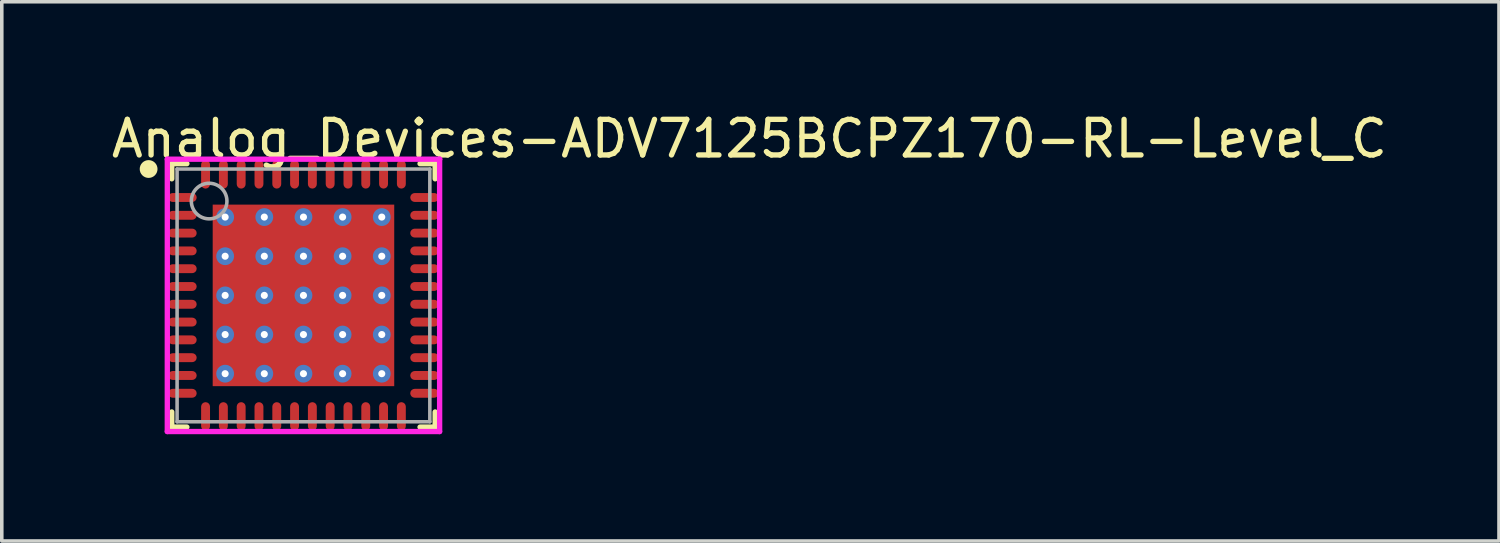
<source format=kicad_pcb>
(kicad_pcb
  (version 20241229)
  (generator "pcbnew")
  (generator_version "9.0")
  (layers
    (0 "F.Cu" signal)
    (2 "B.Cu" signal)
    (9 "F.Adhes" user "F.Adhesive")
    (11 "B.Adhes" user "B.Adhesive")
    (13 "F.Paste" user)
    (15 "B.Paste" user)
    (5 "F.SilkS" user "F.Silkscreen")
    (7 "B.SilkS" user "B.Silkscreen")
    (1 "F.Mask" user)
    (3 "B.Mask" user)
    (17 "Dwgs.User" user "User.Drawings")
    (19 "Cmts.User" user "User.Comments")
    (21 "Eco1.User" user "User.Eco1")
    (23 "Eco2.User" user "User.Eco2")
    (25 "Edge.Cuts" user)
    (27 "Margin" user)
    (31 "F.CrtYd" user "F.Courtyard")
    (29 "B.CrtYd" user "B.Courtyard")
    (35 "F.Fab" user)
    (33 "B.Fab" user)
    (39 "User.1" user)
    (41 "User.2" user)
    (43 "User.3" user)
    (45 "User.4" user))
  (footprint "Analog_Devices-ADV7125BCPZ170-RL-Level_C"
    (layer "F.Cu")
    (at 5.475 5.248)
    (property "Reference" "Analog_Devices-ADV7125BCPZ170-RL-Level_C" (at -5.475 -4.4 0) (layer "F.SilkS") (effects (font (size 1 1) (thickness 0.15)) (justify left)))
    (attr through_hole)
    (fp_line (start -3.7 -3.7) (end -3.275 -3.7) (stroke (width 0.15) (type solid)) (layer "F.SilkS"))
    (fp_line (start -3.7 -3.275) (end -3.7 -3.7) (stroke (width 0.15) (type solid)) (layer "F.SilkS"))
    (fp_line (start -3.7 3.7) (end -3.7 3.275) (stroke (width 0.15) (type solid)) (layer "F.SilkS"))
    (fp_line (start -3.7 3.7) (end -3.275 3.7) (stroke (width 0.15) (type solid)) (layer "F.SilkS"))
    (fp_line (start 3.275 -3.7) (end 3.7 -3.7) (stroke (width 0.15) (type solid)) (layer "F.SilkS"))
    (fp_line (start 3.275 3.7) (end 3.7 3.7) (stroke (width 0.15) (type solid)) (layer "F.SilkS"))
    (fp_line (start 3.7 -3.275) (end 3.7 -3.7) (stroke (width 0.15) (type solid)) (layer "F.SilkS"))
    (fp_line (start 3.7 3.7) (end 3.7 3.275) (stroke (width 0.15) (type solid)) (layer "F.SilkS"))
    (fp_circle (center -4.35 -3.55) (end -4.225 -3.55) (stroke (width 0.25) (type solid)) (fill no) (layer "F.SilkS"))
    (fp_line (start -3.825 -3.825) (end -3.825 3.825) (stroke (width 0.15) (type solid)) (layer "F.CrtYd"))
    (fp_line (start -3.825 3.825) (end 3.825 3.825) (stroke (width 0.15) (type solid)) (layer "F.CrtYd"))
    (fp_line (start 3.825 -3.825) (end -3.825 -3.825) (stroke (width 0.15) (type solid)) (layer "F.CrtYd"))
    (fp_line (start 3.825 -3.825) (end 3.825 -3.825) (stroke (width 0.15) (type solid)) (layer "F.CrtYd"))
    (fp_line (start 3.825 3.825) (end 3.825 -3.825) (stroke (width 0.15) (type solid)) (layer "F.CrtYd"))
    (fp_line (start -3.55 -3.55) (end 3.55 -3.55) (stroke (width 0.1) (type solid)) (layer "F.Fab"))
    (fp_line (start -3.55 3.55) (end -3.55 -3.55) (stroke (width 0.1) (type solid)) (layer "F.Fab"))
    (fp_line (start -3.55 3.55) (end 3.55 3.55) (stroke (width 0.1) (type solid)) (layer "F.Fab"))
    (fp_line (start 3.55 3.55) (end 3.55 -3.55) (stroke (width 0.1) (type solid)) (layer "F.Fab"))
    (fp_circle (center -2.65 -2.65) (end -2.15 -2.65) (stroke (width 0.1) (type solid)) (fill no) (layer "F.Fab"))
    (pad "1" smd roundrect (at -3.4 -2.75 270) (size 0.25 0.8) (layers "F.Cu" "F.Mask" "F.Paste") (roundrect_rratio 0.5))
    (pad "2" smd roundrect (at -3.4 -2.25 270) (size 0.25 0.8) (layers "F.Cu" "F.Mask" "F.Paste") (roundrect_rratio 0.5))
    (pad "3" smd roundrect (at -3.4 -1.75 270) (size 0.25 0.8) (layers "F.Cu" "F.Mask" "F.Paste") (roundrect_rratio 0.5))
    (pad "4" smd roundrect (at -3.4 -1.25 270) (size 0.25 0.8) (layers "F.Cu" "F.Mask" "F.Paste") (roundrect_rratio 0.5))
    (pad "5" smd roundrect (at -3.4 -0.75 270) (size 0.25 0.8) (layers "F.Cu" "F.Mask" "F.Paste") (roundrect_rratio 0.5))
    (pad "6" smd roundrect (at -3.4 -0.25 270) (size 0.25 0.8) (layers "F.Cu" "F.Mask" "F.Paste") (roundrect_rratio 0.5))
    (pad "7" smd roundrect (at -3.4 0.25 270) (size 0.25 0.8) (layers "F.Cu" "F.Mask" "F.Paste") (roundrect_rratio 0.5))
    (pad "8" smd roundrect (at -3.4 0.75 270) (size 0.25 0.8) (layers "F.Cu" "F.Mask" "F.Paste") (roundrect_rratio 0.5))
    (pad "9" smd roundrect (at -3.4 1.25 270) (size 0.25 0.8) (layers "F.Cu" "F.Mask" "F.Paste") (roundrect_rratio 0.5))
    (pad "10" smd roundrect (at -3.4 1.75 270) (size 0.25 0.8) (layers "F.Cu" "F.Mask" "F.Paste") (roundrect_rratio 0.5))
    (pad "11" smd roundrect (at -3.4 2.25 270) (size 0.25 0.8) (layers "F.Cu" "F.Mask" "F.Paste") (roundrect_rratio 0.5))
    (pad "12" smd roundrect (at -3.4 2.75 270) (size 0.25 0.8) (layers "F.Cu" "F.Mask" "F.Paste") (roundrect_rratio 0.5))
    (pad "13" smd roundrect (at -2.75 3.4) (size 0.25 0.8) (layers "F.Cu" "F.Mask" "F.Paste") (roundrect_rratio 0.5))
    (pad "14" smd roundrect (at -2.25 3.4) (size 0.25 0.8) (layers "F.Cu" "F.Mask" "F.Paste") (roundrect_rratio 0.5))
    (pad "15" smd roundrect (at -1.75 3.4) (size 0.25 0.8) (layers "F.Cu" "F.Mask" "F.Paste") (roundrect_rratio 0.5))
    (pad "16" smd roundrect (at -1.25 3.4) (size 0.25 0.8) (layers "F.Cu" "F.Mask" "F.Paste") (roundrect_rratio 0.5))
    (pad "17" smd roundrect (at -0.75 3.4) (size 0.25 0.8) (layers "F.Cu" "F.Mask" "F.Paste") (roundrect_rratio 0.5))
    (pad "18" smd roundrect (at -0.25 3.4) (size 0.25 0.8) (layers "F.Cu" "F.Mask" "F.Paste") (roundrect_rratio 0.5))
    (pad "19" smd roundrect (at 0.25 3.4) (size 0.25 0.8) (layers "F.Cu" "F.Mask" "F.Paste") (roundrect_rratio 0.5))
    (pad "20" smd roundrect (at 0.75 3.4) (size 0.25 0.8) (layers "F.Cu" "F.Mask" "F.Paste") (roundrect_rratio 0.5))
    (pad "21" smd roundrect (at 1.25 3.4) (size 0.25 0.8) (layers "F.Cu" "F.Mask" "F.Paste") (roundrect_rratio 0.5))
    (pad "22" smd roundrect (at 1.75 3.4) (size 0.25 0.8) (layers "F.Cu" "F.Mask" "F.Paste") (roundrect_rratio 0.5))
    (pad "23" smd roundrect (at 2.25 3.4) (size 0.25 0.8) (layers "F.Cu" "F.Mask" "F.Paste") (roundrect_rratio 0.5))
    (pad "24" smd roundrect (at 2.75 3.4) (size 0.25 0.8) (layers "F.Cu" "F.Mask" "F.Paste") (roundrect_rratio 0.5))
    (pad "25" smd roundrect (at 3.4 2.75 270) (size 0.25 0.8) (layers "F.Cu" "F.Mask" "F.Paste") (roundrect_rratio 0.5))
    (pad "26" smd roundrect (at 3.4 2.25 270) (size 0.25 0.8) (layers "F.Cu" "F.Mask" "F.Paste") (roundrect_rratio 0.5))
    (pad "27" smd roundrect (at 3.4 1.75 270) (size 0.25 0.8) (layers "F.Cu" "F.Mask" "F.Paste") (roundrect_rratio 0.5))
    (pad "28" smd roundrect (at 3.4 1.25 270) (size 0.25 0.8) (layers "F.Cu" "F.Mask" "F.Paste") (roundrect_rratio 0.5))
    (pad "29" smd roundrect (at 3.4 0.75 270) (size 0.25 0.8) (layers "F.Cu" "F.Mask" "F.Paste") (roundrect_rratio 0.5))
    (pad "30" smd roundrect (at 3.4 0.25 270) (size 0.25 0.8) (layers "F.Cu" "F.Mask" "F.Paste") (roundrect_rratio 0.5))
    (pad "31" smd roundrect (at 3.4 -0.25 270) (size 0.25 0.8) (layers "F.Cu" "F.Mask" "F.Paste") (roundrect_rratio 0.5))
    (pad "32" smd roundrect (at 3.4 -0.75 270) (size 0.25 0.8) (layers "F.Cu" "F.Mask" "F.Paste") (roundrect_rratio 0.5))
    (pad "33" smd roundrect (at 3.4 -1.25 270) (size 0.25 0.8) (layers "F.Cu" "F.Mask" "F.Paste") (roundrect_rratio 0.5))
    (pad "34" smd roundrect (at 3.4 -1.75 270) (size 0.25 0.8) (layers "F.Cu" "F.Mask" "F.Paste") (roundrect_rratio 0.5))
    (pad "35" smd roundrect (at 3.4 -2.25 270) (size 0.25 0.8) (layers "F.Cu" "F.Mask" "F.Paste") (roundrect_rratio 0.5))
    (pad "36" smd roundrect (at 3.4 -2.75 270) (size 0.25 0.8) (layers "F.Cu" "F.Mask" "F.Paste") (roundrect_rratio 0.5))
    (pad "37" smd roundrect (at 2.75 -3.4) (size 0.25 0.8) (layers "F.Cu" "F.Mask" "F.Paste") (roundrect_rratio 0.5))
    (pad "38" smd roundrect (at 2.25 -3.4) (size 0.25 0.8) (layers "F.Cu" "F.Mask" "F.Paste") (roundrect_rratio 0.5))
    (pad "39" smd roundrect (at 1.75 -3.4) (size 0.25 0.8) (layers "F.Cu" "F.Mask" "F.Paste") (roundrect_rratio 0.5))
    (pad "40" smd roundrect (at 1.25 -3.4) (size 0.25 0.8) (layers "F.Cu" "F.Mask" "F.Paste") (roundrect_rratio 0.5))
    (pad "41" smd roundrect (at 0.75 -3.4) (size 0.25 0.8) (layers "F.Cu" "F.Mask" "F.Paste") (roundrect_rratio 0.5))
    (pad "42" smd roundrect (at 0.25 -3.4) (size 0.25 0.8) (layers "F.Cu" "F.Mask" "F.Paste") (roundrect_rratio 0.5))
    (pad "43" smd roundrect (at -0.25 -3.4) (size 0.25 0.8) (layers "F.Cu" "F.Mask" "F.Paste") (roundrect_rratio 0.5))
    (pad "44" smd roundrect (at -0.75 -3.4) (size 0.25 0.8) (layers "F.Cu" "F.Mask" "F.Paste") (roundrect_rratio 0.5))
    (pad "45" smd roundrect (at -1.25 -3.4) (size 0.25 0.8) (layers "F.Cu" "F.Mask" "F.Paste") (roundrect_rratio 0.5))
    (pad "46" smd roundrect (at -1.75 -3.4) (size 0.25 0.8) (layers "F.Cu" "F.Mask" "F.Paste") (roundrect_rratio 0.5))
    (pad "47" smd roundrect (at -2.25 -3.4) (size 0.25 0.8) (layers "F.Cu" "F.Mask" "F.Paste") (roundrect_rratio 0.5))
    (pad "48" smd roundrect (at -2.75 -3.4) (size 0.25 0.8) (layers "F.Cu" "F.Mask" "F.Paste") (roundrect_rratio 0.5))
    (pad "49" smd rect (at 0.000003 0) (size 5.1 5.1) (layers "F.Cu" "F.Mask" "F.Paste"))
    (pad "~" thru_hole circle (at -2.2 -2.2) (size 0.5 0.5) (drill 0.2) (layers "*.Cu"))
    (pad "~" thru_hole circle (at -2.2 -1.1) (size 0.5 0.5) (drill 0.2) (layers "*.Cu"))
    (pad "~" thru_hole circle (at -2.2 0) (size 0.5 0.5) (drill 0.2) (layers "*.Cu"))
    (pad "~" thru_hole circle (at -2.2 1.1) (size 0.5 0.5) (drill 0.2) (layers "*.Cu"))
    (pad "~" thru_hole circle (at -2.2 2.2) (size 0.5 0.5) (drill 0.2) (layers "*.Cu"))
    (pad "~" thru_hole circle (at -1.1 -2.2) (size 0.5 0.5) (drill 0.2) (layers "*.Cu"))
    (pad "~" thru_hole circle (at -1.1 -1.1) (size 0.5 0.5) (drill 0.2) (layers "*.Cu"))
    (pad "~" thru_hole circle (at -1.1 0) (size 0.5 0.5) (drill 0.2) (layers "*.Cu"))
    (pad "~" thru_hole circle (at -1.1 1.1) (size 0.5 0.5) (drill 0.2) (layers "*.Cu"))
    (pad "~" thru_hole circle (at -1.1 2.2) (size 0.5 0.5) (drill 0.2) (layers "*.Cu"))
    (pad "~" thru_hole circle (at 0.000003 -2.2) (size 0.5 0.5) (drill 0.2) (layers "*.Cu"))
    (pad "~" thru_hole circle (at 0.000003 -1.1) (size 0.5 0.5) (drill 0.2) (layers "*.Cu"))
    (pad "~" thru_hole circle (at 0.000003 0) (size 0.5 0.5) (drill 0.2) (layers "*.Cu"))
    (pad "~" thru_hole circle (at 0.000003 1.1) (size 0.5 0.5) (drill 0.2) (layers "*.Cu"))
    (pad "~" thru_hole circle (at 0.000003 2.2) (size 0.5 0.5) (drill 0.2) (layers "*.Cu"))
    (pad "~" thru_hole circle (at 1.1 -2.2) (size 0.5 0.5) (drill 0.2) (layers "*.Cu"))
    (pad "~" thru_hole circle (at 1.1 -1.1) (size 0.5 0.5) (drill 0.2) (layers "*.Cu"))
    (pad "~" thru_hole circle (at 1.1 0) (size 0.5 0.5) (drill 0.2) (layers "*.Cu"))
    (pad "~" thru_hole circle (at 1.1 1.1) (size 0.5 0.5) (drill 0.2) (layers "*.Cu"))
    (pad "~" thru_hole circle (at 1.1 2.2) (size 0.5 0.5) (drill 0.2) (layers "*.Cu"))
    (pad "~" thru_hole circle (at 2.2 -2.2) (size 0.5 0.5) (drill 0.2) (layers "*.Cu"))
    (pad "~" thru_hole circle (at 2.2 -1.1) (size 0.5 0.5) (drill 0.2) (layers "*.Cu"))
    (pad "~" thru_hole circle (at 2.2 0) (size 0.5 0.5) (drill 0.2) (layers "*.Cu"))
    (pad "~" thru_hole circle (at 2.2 1.1) (size 0.5 0.5) (drill 0.2) (layers "*.Cu"))
    (pad "~" thru_hole circle (at 2.2 2.2) (size 0.5 0.5) (drill 0.2) (layers "*.Cu")))
  (gr_rect
    (start -3 -3)
    (end 39.06 12.148)
    (stroke (width 0.1) (type default))
    (fill no)
    (layer "Edge.Cuts")))
</source>
